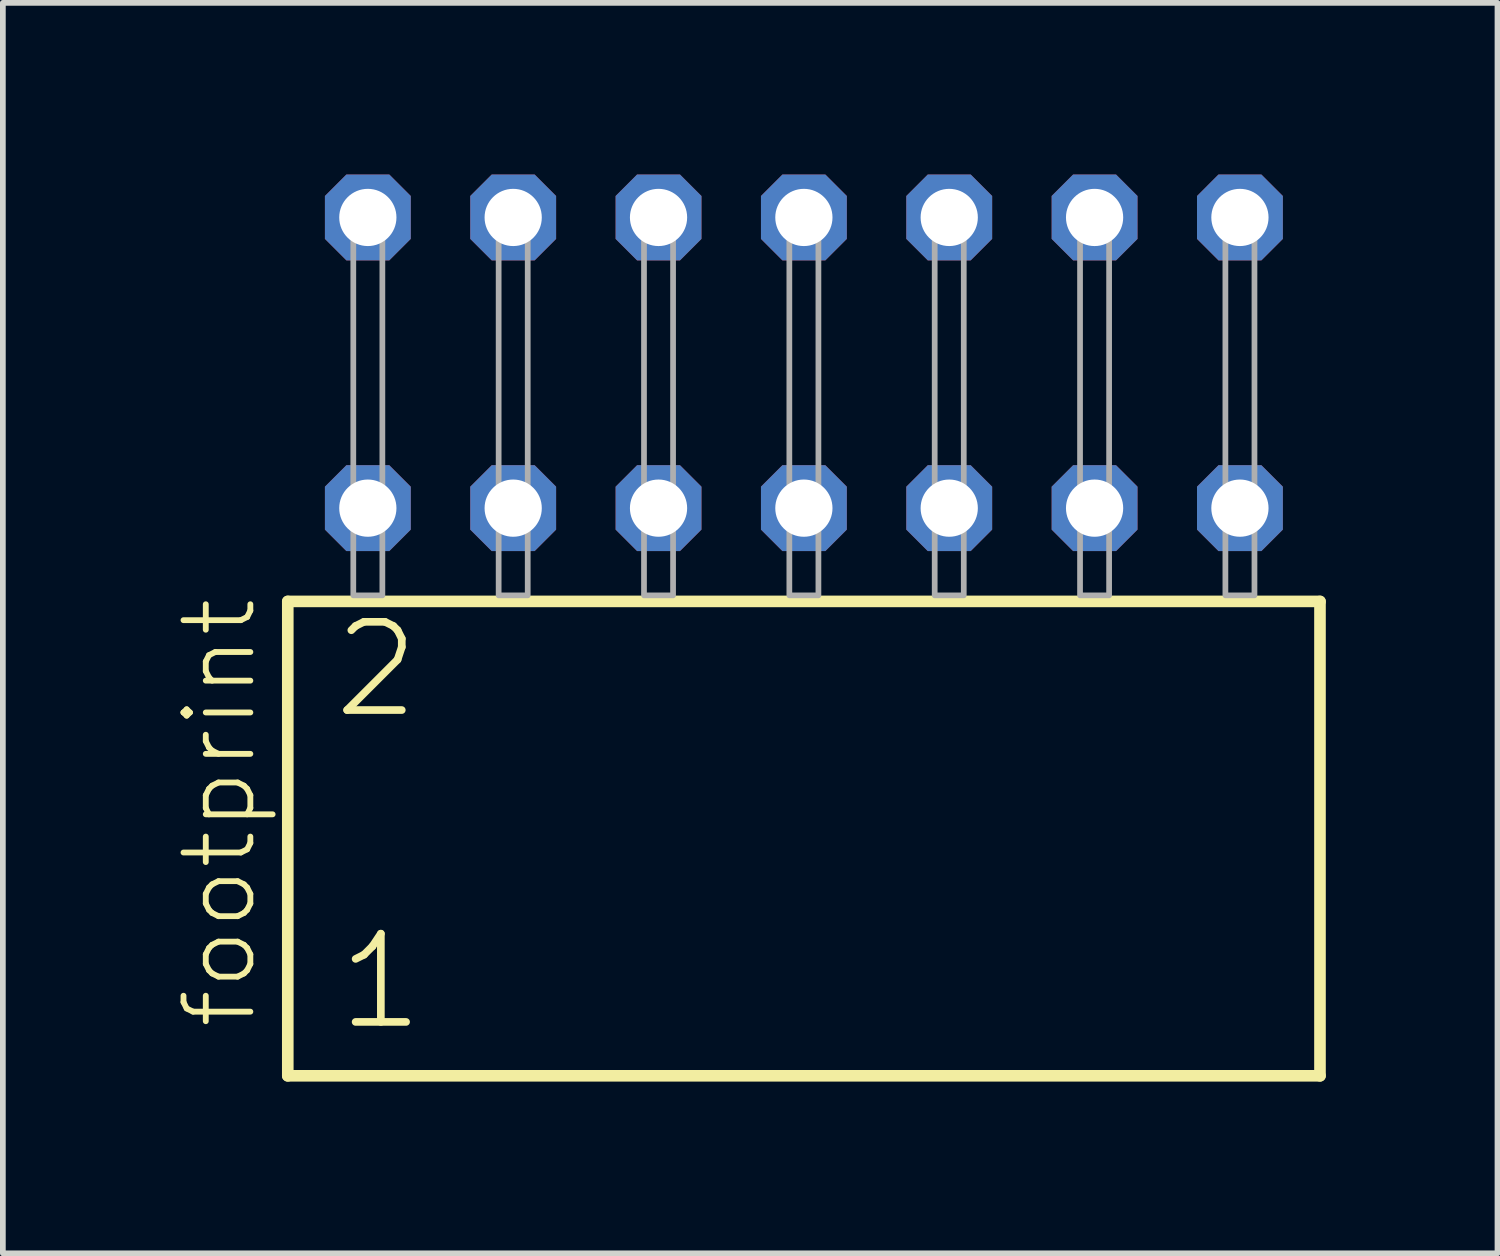
<source format=kicad_pcb>
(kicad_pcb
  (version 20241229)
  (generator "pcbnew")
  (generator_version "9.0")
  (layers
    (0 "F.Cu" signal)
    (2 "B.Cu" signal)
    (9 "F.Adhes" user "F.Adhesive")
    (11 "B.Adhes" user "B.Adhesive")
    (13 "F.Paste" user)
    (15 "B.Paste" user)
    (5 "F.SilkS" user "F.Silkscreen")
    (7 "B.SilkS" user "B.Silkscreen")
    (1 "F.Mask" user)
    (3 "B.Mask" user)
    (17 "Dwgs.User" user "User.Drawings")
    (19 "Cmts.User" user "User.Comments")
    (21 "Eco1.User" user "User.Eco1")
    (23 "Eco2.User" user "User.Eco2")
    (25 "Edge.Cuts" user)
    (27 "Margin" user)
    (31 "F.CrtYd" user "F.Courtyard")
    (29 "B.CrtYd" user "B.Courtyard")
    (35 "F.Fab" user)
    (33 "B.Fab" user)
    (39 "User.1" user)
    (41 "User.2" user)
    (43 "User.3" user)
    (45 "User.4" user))
  (footprint "footprint"
    (layer "F.Cu")
    (at 10.998 7.354)
    (property "Reference" "footprint" (at -9.525 7.62 90) (layer "F.SilkS") (effects (font (size 1.168 1.168) (thickness 0.102)) (justify left bottom)))
    (fp_line (start -9.019 0.106) (end -9.019 8.396) (stroke (width 0.203) (type solid)) (layer "F.SilkS"))
    (fp_line (start -9.019 8.396) (end 9.019 8.396) (stroke (width 0.203) (type solid)) (layer "F.SilkS"))
    (fp_line (start 9.019 0.106) (end -9.019 0.106) (stroke (width 0.203) (type solid)) (layer "F.SilkS"))
    (fp_line (start 9.019 8.396) (end 9.019 0.106) (stroke (width 0.203) (type solid)) (layer "F.SilkS"))
    (fp_poly (pts (xy -7.874 0) (xy -7.366 0) (xy -7.366 -6.858) (xy -7.874 -6.858)) (stroke (width 0.1) (type solid)) (fill no) (layer "F.Fab"))
    (fp_poly (pts (xy -5.334 0) (xy -4.826 0) (xy -4.826 -6.858) (xy -5.334 -6.858)) (stroke (width 0.1) (type solid)) (fill no) (layer "F.Fab"))
    (fp_poly (pts (xy -2.794 0) (xy -2.286 0) (xy -2.286 -6.858) (xy -2.794 -6.858)) (stroke (width 0.1) (type solid)) (fill no) (layer "F.Fab"))
    (fp_poly (pts (xy -0.254 0) (xy 0.254 0) (xy 0.254 -6.858) (xy -0.254 -6.858)) (stroke (width 0.1) (type solid)) (fill no) (layer "F.Fab"))
    (fp_poly (pts (xy 2.286 0) (xy 2.794 0) (xy 2.794 -6.858) (xy 2.286 -6.858)) (stroke (width 0.1) (type solid)) (fill no) (layer "F.Fab"))
    (fp_poly (pts (xy 4.826 0) (xy 5.334 0) (xy 5.334 -6.858) (xy 4.826 -6.858)) (stroke (width 0.1) (type solid)) (fill no) (layer "F.Fab"))
    (fp_poly (pts (xy 7.366 0) (xy 7.874 0) (xy 7.874 -6.858) (xy 7.366 -6.858)) (stroke (width 0.1) (type solid)) (fill no) (layer "F.Fab"))
    (fp_text user "1" (at -8.215 7.65 0) (layer "F.SilkS") (effects (font (size 1.542 1.542) (thickness 0.134)) (justify left bottom)))
    (fp_text user "2" (at -8.29 2.2 0) (layer "F.SilkS") (effects (font (size 1.542 1.542) (thickness 0.134)) (justify left bottom)))
    (pad "1" thru_hole roundrect (at -7.62 -1.524) (size 1.5 1.5) (drill 1) (layers "*.Cu" "*.Mask") (roundrect_rratio 0.25) (chamfer_ratio 0.25) (chamfer top_left top_right bottom_left bottom_right))
    (pad "2" thru_hole roundrect (at -7.62 -6.604) (size 1.5 1.5) (drill 1) (layers "*.Cu" "*.Mask") (roundrect_rratio 0.25) (chamfer_ratio 0.25) (chamfer top_left top_right bottom_left bottom_right))
    (pad "3" thru_hole roundrect (at -5.08 -1.524) (size 1.5 1.5) (drill 1) (layers "*.Cu" "*.Mask") (roundrect_rratio 0.25) (chamfer_ratio 0.25) (chamfer top_left top_right bottom_left bottom_right))
    (pad "4" thru_hole roundrect (at -5.08 -6.604) (size 1.5 1.5) (drill 1) (layers "*.Cu" "*.Mask") (roundrect_rratio 0.25) (chamfer_ratio 0.25) (chamfer top_left top_right bottom_left bottom_right))
    (pad "5" thru_hole roundrect (at -2.54 -1.524) (size 1.5 1.5) (drill 1) (layers "*.Cu" "*.Mask") (roundrect_rratio 0.25) (chamfer_ratio 0.25) (chamfer top_left top_right bottom_left bottom_right))
    (pad "6" thru_hole roundrect (at -2.54 -6.604) (size 1.5 1.5) (drill 1) (layers "*.Cu" "*.Mask") (roundrect_rratio 0.25) (chamfer_ratio 0.25) (chamfer top_left top_right bottom_left bottom_right))
    (pad "7" thru_hole roundrect (at 0 -1.524) (size 1.5 1.5) (drill 1) (layers "*.Cu" "*.Mask") (roundrect_rratio 0.25) (chamfer_ratio 0.25) (chamfer top_left top_right bottom_left bottom_right))
    (pad "8" thru_hole roundrect (at 0 -6.604) (size 1.5 1.5) (drill 1) (layers "*.Cu" "*.Mask") (roundrect_rratio 0.25) (chamfer_ratio 0.25) (chamfer top_left top_right bottom_left bottom_right))
    (pad "9" thru_hole roundrect (at 2.54 -1.524) (size 1.5 1.5) (drill 1) (layers "*.Cu" "*.Mask") (roundrect_rratio 0.25) (chamfer_ratio 0.25) (chamfer top_left top_right bottom_left bottom_right))
    (pad "10" thru_hole roundrect (at 2.54 -6.604) (size 1.5 1.5) (drill 1) (layers "*.Cu" "*.Mask") (roundrect_rratio 0.25) (chamfer_ratio 0.25) (chamfer top_left top_right bottom_left bottom_right))
    (pad "11" thru_hole roundrect (at 5.08 -1.524) (size 1.5 1.5) (drill 1) (layers "*.Cu" "*.Mask") (roundrect_rratio 0.25) (chamfer_ratio 0.25) (chamfer top_left top_right bottom_left bottom_right))
    (pad "12" thru_hole roundrect (at 5.08 -6.604) (size 1.5 1.5) (drill 1) (layers "*.Cu" "*.Mask") (roundrect_rratio 0.25) (chamfer_ratio 0.25) (chamfer top_left top_right bottom_left bottom_right))
    (pad "13" thru_hole roundrect (at 7.62 -1.524) (size 1.5 1.5) (drill 1) (layers "*.Cu" "*.Mask") (roundrect_rratio 0.25) (chamfer_ratio 0.25) (chamfer top_left top_right bottom_left bottom_right))
    (pad "14" thru_hole roundrect (at 7.62 -6.604) (size 1.5 1.5) (drill 1) (layers "*.Cu" "*.Mask") (roundrect_rratio 0.25) (chamfer_ratio 0.25) (chamfer top_left top_right bottom_left bottom_right)))
  (gr_rect
    (start -3 -3)
    (end 23.119 18.852)
    (stroke (width 0.1) (type default))
    (fill no)
    (layer "Edge.Cuts")))
</source>
